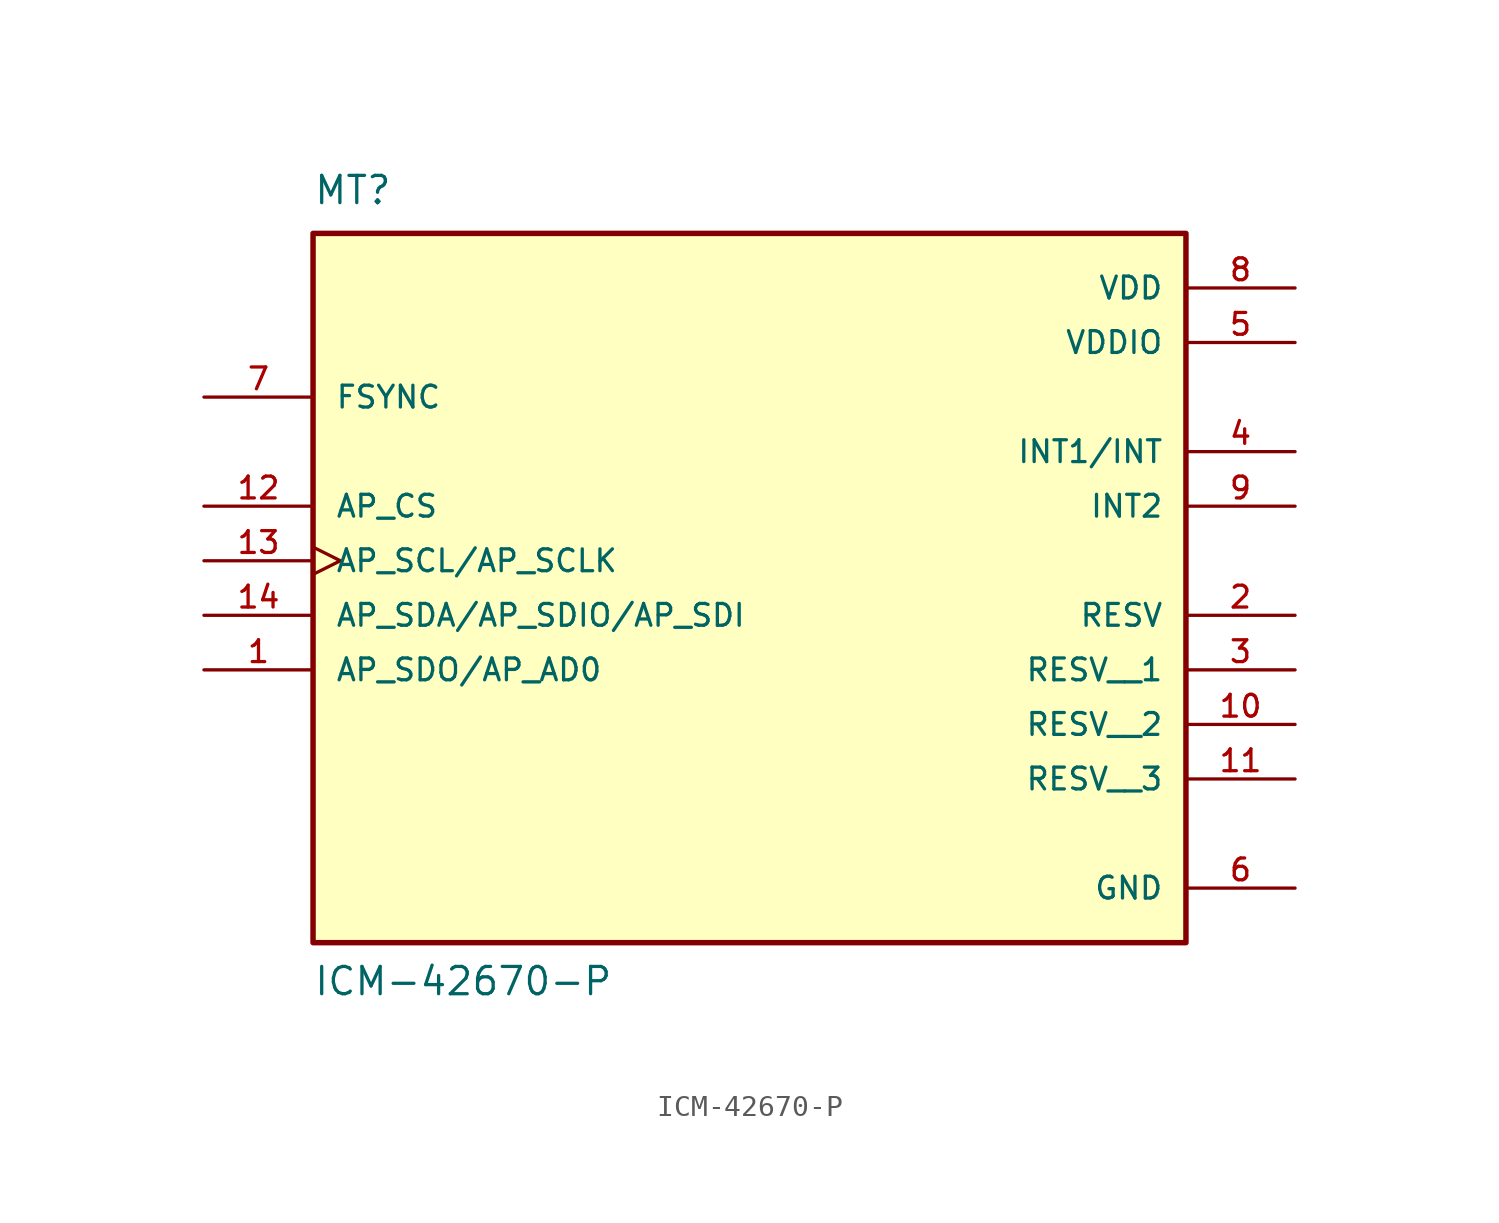
<source format=kicad_sym>
(kicad_symbol_lib
  (version 20211014)
  (generator kicad_symbol_editor)
  (symbol "ICM-42670-P"
    (pin_names
      (offset 1.016))
    (property "Reference" "MT"
      (at -20.32 13.97 0)
      (effects (font (size 1.27 1.27)) (justify bottom left)))
    (property "Value" "ICM-42670-P"
      (at -20.32 -22.86 0)
      (effects (font (size 1.27 1.27)) (justify bottom left)))
    (symbol "ICM-42670-P_0_0"
      (rectangle (start -20.32 -20.32) (end 20.32 12.7) (stroke (width 0.254)) (fill (type background)))
      (pin power_in line (at 25.4 7.62 180.0) (length 5.08) (name "VDDIO" (effects (font (size 1.016 1.016)))) (number "5" (effects (font (size 1.016 1.016)))))
      (pin power_in line (at 25.4 -17.78 180.0) (length 5.08) (name "GND" (effects (font (size 1.016 1.016)))) (number "6" (effects (font (size 1.016 1.016)))))
      (pin power_in line (at 25.4 10.16 180.0) (length 5.08) (name "VDD" (effects (font (size 1.016 1.016)))) (number "8" (effects (font (size 1.016 1.016)))))
      (pin passive line (at 25.4 -5.08 180.0) (length 5.08) (name "RESV" (effects (font (size 1.016 1.016)))) (number "2" (effects (font (size 1.016 1.016)))))
      (pin bidirectional line (at -25.4 -7.62 0) (length 5.08) (name "AP_SDO/AP_AD0" (effects (font (size 1.016 1.016)))) (number "1" (effects (font (size 1.016 1.016)))))
      (pin output line (at 25.4 2.54 180.0) (length 5.08) (name "INT1/INT" (effects (font (size 1.016 1.016)))) (number "4" (effects (font (size 1.016 1.016)))))
      (pin output line (at 25.4 0.0 180.0) (length 5.08) (name "INT2" (effects (font (size 1.016 1.016)))) (number "9" (effects (font (size 1.016 1.016)))))
      (pin input line (at -25.4 0.0 0) (length 5.08) (name "AP_CS" (effects (font (size 1.016 1.016)))) (number "12" (effects (font (size 1.016 1.016)))))
      (pin input clock (at -25.4 -2.54 0) (length 5.08) (name "AP_SCL/AP_SCLK" (effects (font (size 1.016 1.016)))) (number "13" (effects (font (size 1.016 1.016)))))
      (pin bidirectional line (at -25.4 -5.08 0) (length 5.08) (name "AP_SDA/AP_SDIO/AP_SDI" (effects (font (size 1.016 1.016)))) (number "14" (effects (font (size 1.016 1.016)))))
      (pin input line (at -25.4 5.08 0) (length 5.08) (name "FSYNC" (effects (font (size 1.016 1.016)))) (number "7" (effects (font (size 1.016 1.016)))))
      (pin passive line (at 25.4 -7.62 180.0) (length 5.08) (name "RESV__1" (effects (font (size 1.016 1.016)))) (number "3" (effects (font (size 1.016 1.016)))))
      (pin passive line (at 25.4 -10.16 180.0) (length 5.08) (name "RESV__2" (effects (font (size 1.016 1.016)))) (number "10" (effects (font (size 1.016 1.016)))))
      (pin passive line (at 25.4 -12.7 180.0) (length 5.08) (name "RESV__3" (effects (font (size 1.016 1.016)))) (number "11" (effects (font (size 1.016 1.016))))))))
</source>
